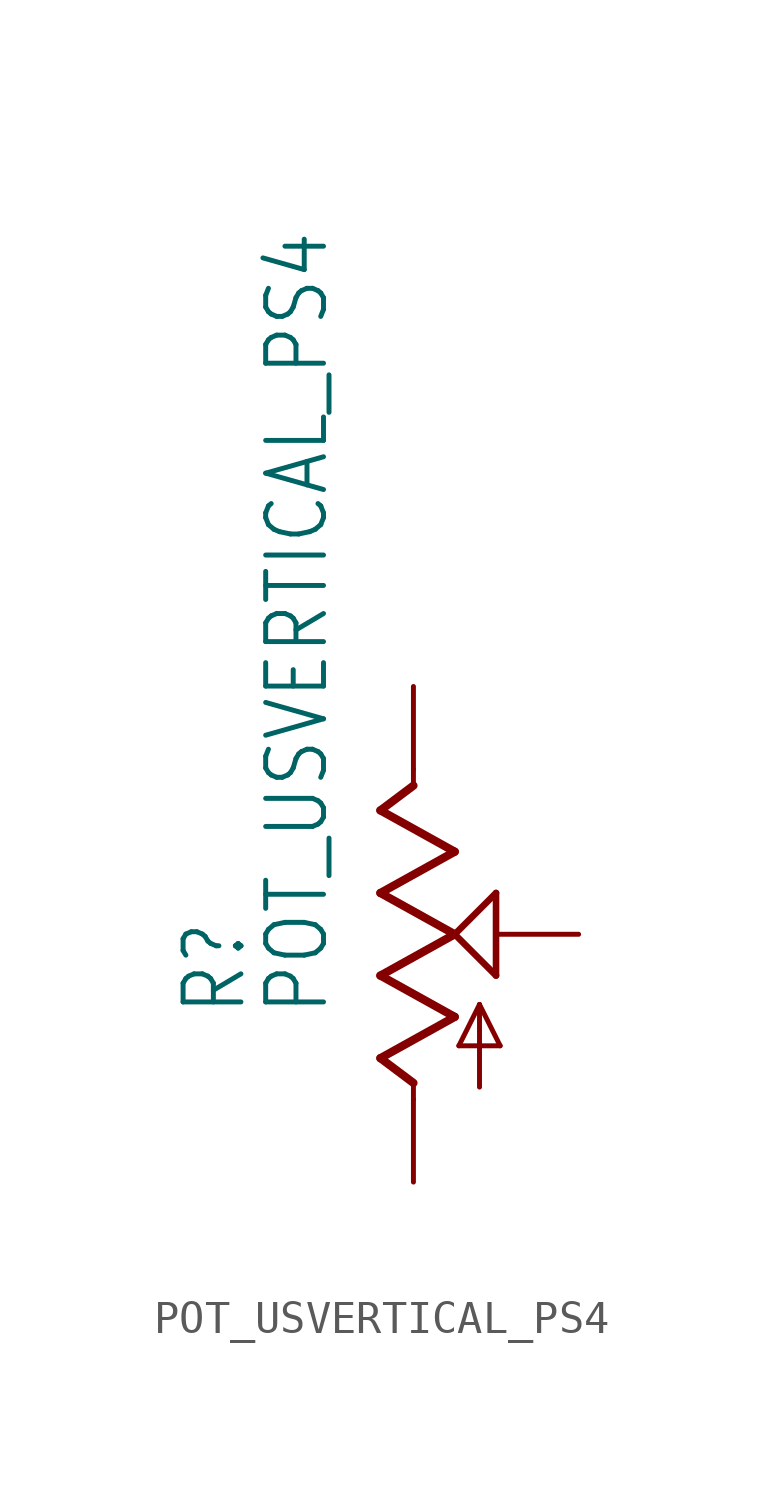
<source format=kicad_sym>
(kicad_symbol_lib
  (version 20211014)
  (generator kicad_symbol_editor)
  (symbol "POT_USVERTICAL_PS4"
    (property "Reference" "R"
      (at -5.08 -2.54 90)
      (effects (font (size 1.778 1.511)) (justify left bottom)))
    (property "Value" "POT_USVERTICAL_PS4"
      (at -2.54 -2.54 90)
      (effects (font (size 1.778 1.511)) (justify left bottom)))
    (property "ki_locked" ""
      (at 0 0 0)
      (effects (font (size 1.27 1.27))))
    (symbol "POT_USVERTICAL_PS4_1_0"
      (polyline (pts (xy -1.016 -3.81) (xy 1.27 -2.54)) (stroke (width 0.254) (type default) (color 0 0 0 0)) (fill (type none)))
      (polyline (pts (xy -1.016 -1.27) (xy 1.27 0)) (stroke (width 0.254) (type default) (color 0 0 0 0)) (fill (type none)))
      (polyline (pts (xy -1.016 1.27) (xy 1.27 2.54)) (stroke (width 0.254) (type default) (color 0 0 0 0)) (fill (type none)))
      (polyline (pts (xy -1.016 3.81) (xy 0 4.572)) (stroke (width 0.254) (type default) (color 0 0 0 0)) (fill (type none)))
      (polyline (pts (xy 0 -5.08) (xy 0 -4.572)) (stroke (width 0.152) (type default) (color 0 0 0 0)) (fill (type none)))
      (polyline (pts (xy 0 -4.572) (xy -1.016 -3.81)) (stroke (width 0.254) (type default) (color 0 0 0 0)) (fill (type none)))
      (polyline (pts (xy 0 4.572) (xy 0 5.08)) (stroke (width 0.152) (type default) (color 0 0 0 0)) (fill (type none)))
      (polyline (pts (xy 1.27 -2.54) (xy -1.016 -1.27)) (stroke (width 0.254) (type default) (color 0 0 0 0)) (fill (type none)))
      (polyline (pts (xy 1.27 0) (xy -1.016 1.27)) (stroke (width 0.254) (type default) (color 0 0 0 0)) (fill (type none)))
      (polyline (pts (xy 1.27 0) (xy 2.54 1.27)) (stroke (width 0.203) (type default) (color 0 0 0 0)) (fill (type none)))
      (polyline (pts (xy 1.27 2.54) (xy -1.016 3.81)) (stroke (width 0.254) (type default) (color 0 0 0 0)) (fill (type none)))
      (polyline (pts (xy 1.397 -3.429) (xy 2.032 -2.159)) (stroke (width 0.152) (type default) (color 0 0 0 0)) (fill (type none)))
      (polyline (pts (xy 2.032 -4.699) (xy 2.032 -2.159)) (stroke (width 0.152) (type default) (color 0 0 0 0)) (fill (type none)))
      (polyline (pts (xy 2.032 -2.159) (xy 2.667 -3.429)) (stroke (width 0.152) (type default) (color 0 0 0 0)) (fill (type none)))
      (polyline (pts (xy 2.54 -1.27) (xy 1.27 0)) (stroke (width 0.203) (type default) (color 0 0 0 0)) (fill (type none)))
      (polyline (pts (xy 2.54 1.27) (xy 2.54 -1.27)) (stroke (width 0.203) (type default) (color 0 0 0 0)) (fill (type none)))
      (polyline (pts (xy 2.667 -3.429) (xy 1.397 -3.429)) (stroke (width 0.152) (type default) (color 0 0 0 0)) (fill (type none)))
      (pin passive line (at 0 7.62 270) (length 2.54) (name "E" (effects (font (size 0 0)))) (number "P$1" (effects (font (size 0 0)))))
      (pin passive line (at 5.08 0 180) (length 2.54) (name "S" (effects (font (size 0 0)))) (number "P$2" (effects (font (size 0 0)))))
      (pin passive line (at 0 -7.62 90) (length 2.54) (name "A" (effects (font (size 0 0)))) (number "P$3" (effects (font (size 0 0))))))))
</source>
